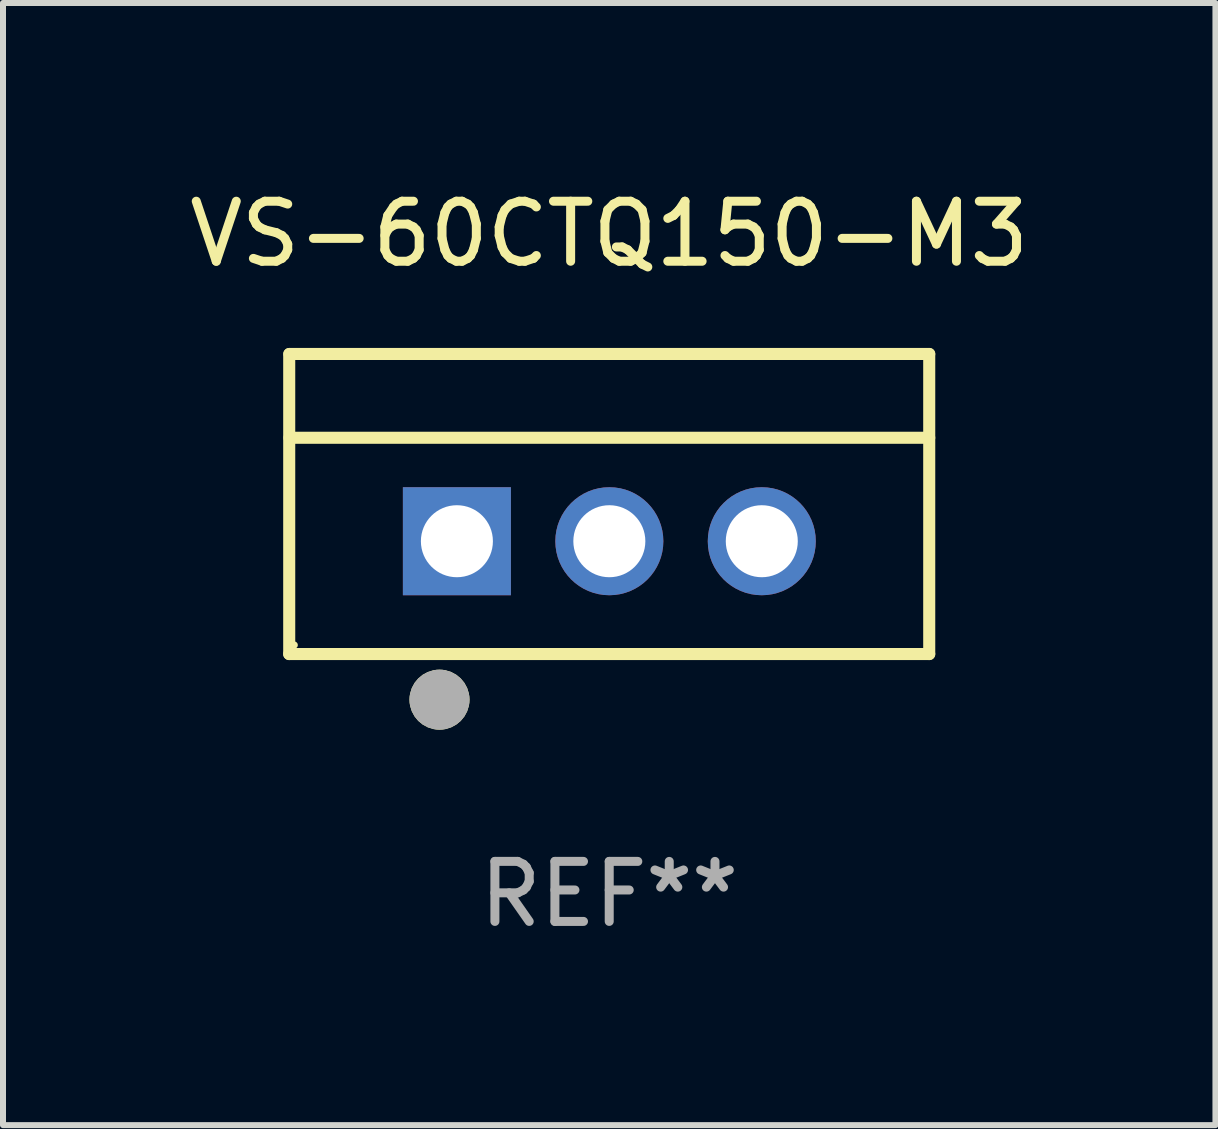
<source format=kicad_pcb>
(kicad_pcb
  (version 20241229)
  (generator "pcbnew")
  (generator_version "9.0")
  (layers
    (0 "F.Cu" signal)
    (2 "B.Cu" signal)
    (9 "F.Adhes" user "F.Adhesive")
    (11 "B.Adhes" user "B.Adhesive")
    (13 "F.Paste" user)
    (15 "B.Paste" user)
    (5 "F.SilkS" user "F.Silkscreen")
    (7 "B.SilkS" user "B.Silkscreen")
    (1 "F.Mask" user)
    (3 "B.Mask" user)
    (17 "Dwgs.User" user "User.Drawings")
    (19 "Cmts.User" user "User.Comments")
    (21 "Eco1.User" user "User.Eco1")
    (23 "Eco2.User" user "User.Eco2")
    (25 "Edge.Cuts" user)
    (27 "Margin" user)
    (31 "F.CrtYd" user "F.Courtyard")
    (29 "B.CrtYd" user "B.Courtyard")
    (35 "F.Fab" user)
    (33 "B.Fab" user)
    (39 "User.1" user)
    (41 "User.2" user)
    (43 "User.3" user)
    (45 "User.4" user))
  (footprint "VS-60CTQ150-M3"
    (layer "F.Cu")
    (at 7.101 5.348)
    (property "Reference" "VS-60CTQ150-M3" (at 0 -4.5 0) (layer "F.SilkS") (effects (font (size 1 1) (thickness 0.15))))
    (attr through_hole)
    (fp_line (start -5.332 2.5) (end -5.332 -2.5) (stroke (width 0.201) (type solid)) (layer "F.SilkS"))
    (fp_line (start -5.328 -2.5) (end 5.332 -2.5) (stroke (width 0.201) (type solid)) (layer "F.SilkS"))
    (fp_line (start -5.328 -1.104) (end 5.332 -1.104) (stroke (width 0.201) (type solid)) (layer "F.SilkS"))
    (fp_line (start 5.332 -2.5) (end 5.332 2.5) (stroke (width 0.201) (type solid)) (layer "F.SilkS"))
    (fp_line (start 5.332 2.5) (end -5.332 2.5) (stroke (width 0.201) (type solid)) (layer "F.SilkS"))
    (fp_circle (center -5.248 2.35) (end -5.218 2.35) (stroke (width 0.06) (type solid)) (fill no) (layer "F.SilkS"))
    (fp_circle (center -2.828 3.26) (end -2.578 3.26) (stroke (width 0.5) (type solid)) (fill no) (layer "F.SilkS"))
    (fp_circle (center -2.828 3.26) (end -2.578 3.26) (stroke (width 0.5) (type solid)) (fill no) (layer "F.Fab"))
    (fp_text user "REF**" (at 0 6.5 0) (layer "F.Fab") (effects (font (size 1 1) (thickness 0.15))))
    (pad "1" thru_hole rect (at -2.538 0.62) (size 1.8 1.8) (drill 1.2) (layers "*.Cu" "*.Mask"))
    (pad "2" thru_hole circle (at 0.002 0.62) (size 1.8 1.8) (drill 1.2) (layers "*.Cu" "*.Mask"))
    (pad "3" thru_hole circle (at 2.542 0.62) (size 1.8 1.8) (drill 1.2) (layers "*.Cu" "*.Mask")))
  (gr_rect
    (start -3 -3)
    (end 17.202 15.697)
    (stroke (width 0.1) (type default))
    (fill no)
    (layer "Edge.Cuts")))
</source>
